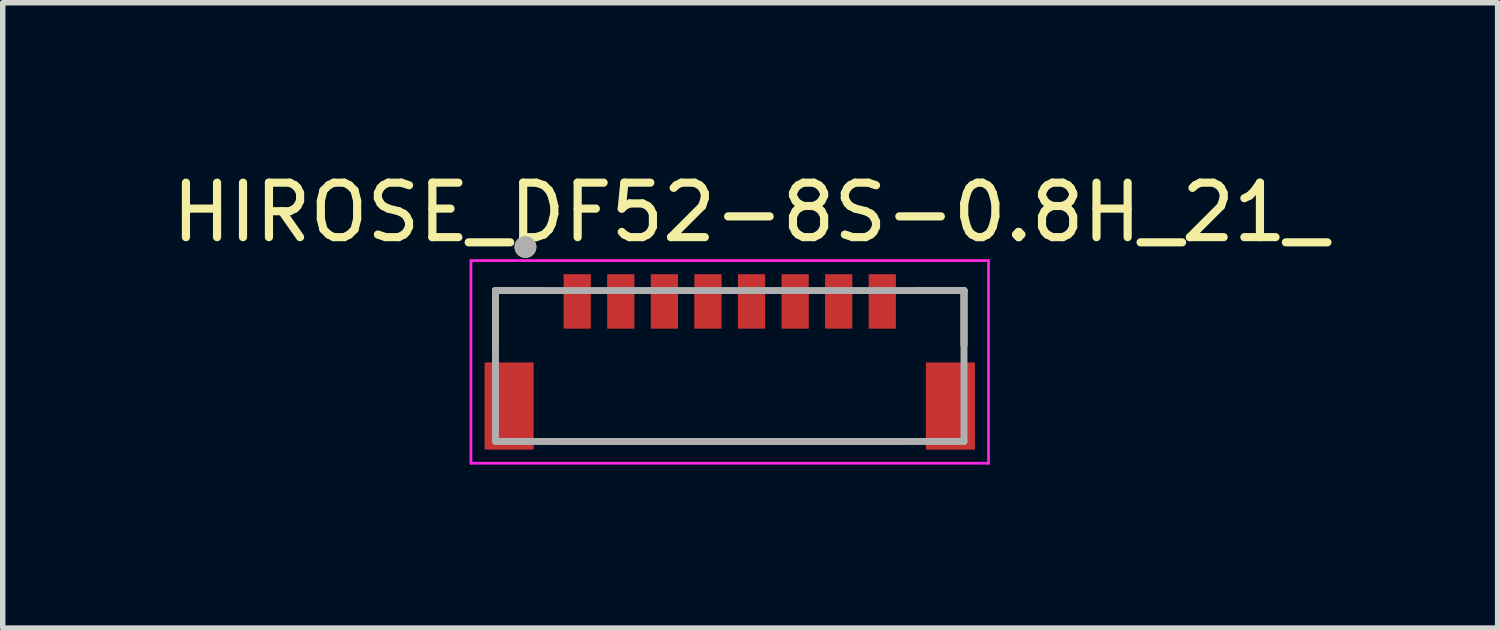
<source format=kicad_pcb>
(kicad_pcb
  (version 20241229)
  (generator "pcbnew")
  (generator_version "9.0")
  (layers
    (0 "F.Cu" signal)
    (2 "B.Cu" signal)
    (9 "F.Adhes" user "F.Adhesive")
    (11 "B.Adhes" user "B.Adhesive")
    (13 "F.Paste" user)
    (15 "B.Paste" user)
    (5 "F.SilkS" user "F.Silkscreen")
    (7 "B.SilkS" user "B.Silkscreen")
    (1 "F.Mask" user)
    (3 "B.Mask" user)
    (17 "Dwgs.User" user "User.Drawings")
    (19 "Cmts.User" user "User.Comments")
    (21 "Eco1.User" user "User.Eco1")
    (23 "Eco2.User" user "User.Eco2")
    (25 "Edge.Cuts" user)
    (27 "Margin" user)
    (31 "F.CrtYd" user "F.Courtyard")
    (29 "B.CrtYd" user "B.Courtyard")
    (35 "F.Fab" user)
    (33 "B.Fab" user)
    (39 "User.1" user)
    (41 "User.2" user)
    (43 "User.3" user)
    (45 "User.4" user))
  (footprint "HIROSE_DF52-8S-0.8H_21_"
    (layer "F.Cu")
    (at 10.345 2.483)
    (property "Reference" "HIROSE_DF52-8S-0.8H_21_" (at 0.375 -1.635 0) (layer "F.SilkS") (effects (font (size 1 1) (thickness 0.15))))
    (attr smd)
    (fp_line (start -4.3 -0.2) (end -3.45 -0.2) (stroke (width 0.127) (type solid)) (layer "F.SilkS"))
    (fp_line (start -4.3 0.8) (end -4.3 -0.2) (stroke (width 0.127) (type solid)) (layer "F.SilkS"))
    (fp_line (start -3.2 2.57) (end 3.2 2.57) (stroke (width 0.127) (type solid)) (layer "F.SilkS"))
    (fp_line (start 3.45 -0.2) (end 4.3 -0.2) (stroke (width 0.127) (type solid)) (layer "F.SilkS"))
    (fp_line (start 4.3 0.8) (end 4.3 -0.2) (stroke (width 0.127) (type solid)) (layer "F.SilkS"))
    (fp_circle (center -3.75 -1) (end -3.65 -1) (stroke (width 0.2) (type solid)) (fill no) (layer "F.SilkS"))
    (fp_line (start -4.75 -0.75) (end 4.75 -0.75) (stroke (width 0.05) (type solid)) (layer "F.CrtYd"))
    (fp_line (start -4.75 2.97) (end -4.75 -0.75) (stroke (width 0.05) (type solid)) (layer "F.CrtYd"))
    (fp_line (start 4.75 -0.75) (end 4.75 2.97) (stroke (width 0.05) (type solid)) (layer "F.CrtYd"))
    (fp_line (start 4.75 2.97) (end -4.75 2.97) (stroke (width 0.05) (type solid)) (layer "F.CrtYd"))
    (fp_line (start -4.3 -0.2) (end 4.3 -0.2) (stroke (width 0.127) (type solid)) (layer "F.Fab"))
    (fp_line (start -4.3 2.57) (end -4.3 -0.2) (stroke (width 0.127) (type solid)) (layer "F.Fab"))
    (fp_line (start 4.3 -0.2) (end 4.3 2.57) (stroke (width 0.127) (type solid)) (layer "F.Fab"))
    (fp_line (start 4.3 2.57) (end -4.3 2.57) (stroke (width 0.127) (type solid)) (layer "F.Fab"))
    (fp_circle (center -3.75 -1) (end -3.65 -1) (stroke (width 0.2) (type solid)) (fill no) (layer "F.Fab"))
    (pad "1" smd rect (at -2.8 0) (size 0.5 1) (layers "F.Cu" "F.Mask" "F.Paste"))
    (pad "2" smd rect (at -2 0) (size 0.5 1) (layers "F.Cu" "F.Mask" "F.Paste"))
    (pad "3" smd rect (at -1.2 0) (size 0.5 1) (layers "F.Cu" "F.Mask" "F.Paste"))
    (pad "4" smd rect (at -0.4 0) (size 0.5 1) (layers "F.Cu" "F.Mask" "F.Paste"))
    (pad "5" smd rect (at 0.4 0) (size 0.5 1) (layers "F.Cu" "F.Mask" "F.Paste"))
    (pad "6" smd rect (at 1.2 0) (size 0.5 1) (layers "F.Cu" "F.Mask" "F.Paste"))
    (pad "7" smd rect (at 2 0) (size 0.5 1) (layers "F.Cu" "F.Mask" "F.Paste"))
    (pad "8" smd rect (at 2.8 0) (size 0.5 1) (layers "F.Cu" "F.Mask" "F.Paste"))
    (pad "P1" smd rect (at -4.05 1.92) (size 0.9 1.6) (layers "F.Cu" "F.Mask" "F.Paste"))
    (pad "P2" smd rect (at 4.05 1.92) (size 0.9 1.6) (layers "F.Cu" "F.Mask" "F.Paste")))
  (gr_rect
    (start -3 -3)
    (end 24.44 8.478)
    (stroke (width 0.1) (type default))
    (fill no)
    (layer "Edge.Cuts")))
</source>
